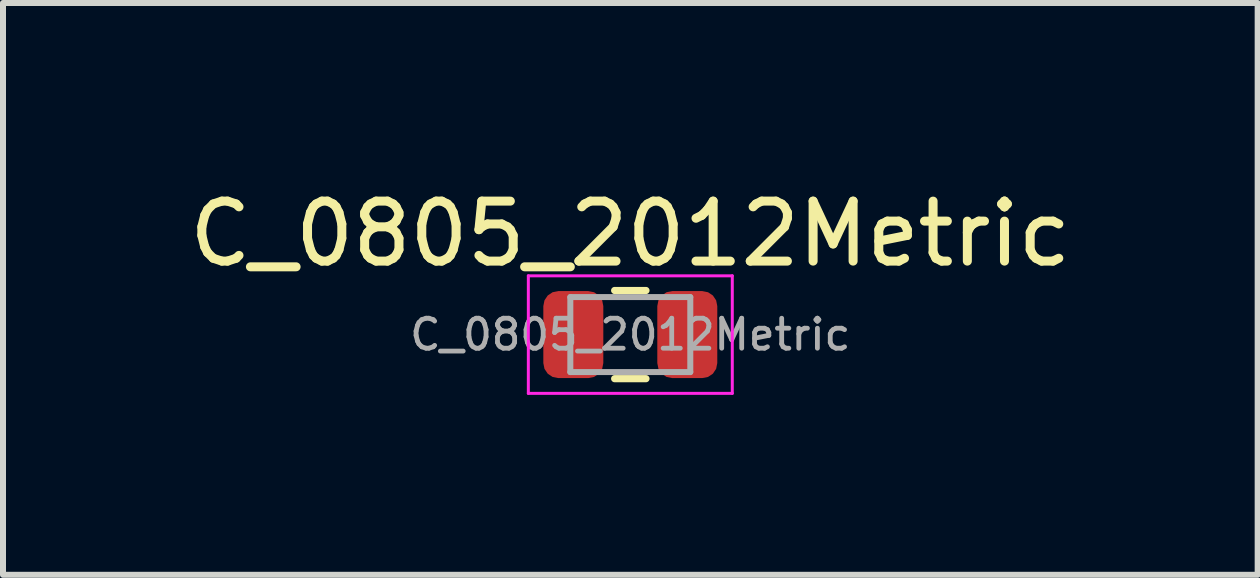
<source format=kicad_pcb>
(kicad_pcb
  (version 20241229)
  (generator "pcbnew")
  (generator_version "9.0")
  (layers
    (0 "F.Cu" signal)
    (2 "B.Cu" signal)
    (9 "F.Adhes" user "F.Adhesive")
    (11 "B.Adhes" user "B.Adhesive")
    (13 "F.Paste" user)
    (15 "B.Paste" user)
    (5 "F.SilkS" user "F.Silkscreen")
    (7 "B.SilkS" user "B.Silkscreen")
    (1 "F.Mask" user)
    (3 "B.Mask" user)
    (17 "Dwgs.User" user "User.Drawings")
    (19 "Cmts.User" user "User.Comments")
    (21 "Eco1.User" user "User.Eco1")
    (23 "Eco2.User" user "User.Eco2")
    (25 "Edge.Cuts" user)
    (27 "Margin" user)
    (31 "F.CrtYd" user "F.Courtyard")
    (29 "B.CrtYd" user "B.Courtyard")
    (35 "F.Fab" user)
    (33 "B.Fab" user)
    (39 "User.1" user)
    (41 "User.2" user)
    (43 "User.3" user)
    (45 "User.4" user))
  (footprint "C_0805_2012Metric"
    (layer "F.Cu")
    (at 7.458 2.528)
    (property "Reference" "C_0805_2012Metric" (at 0 -1.68 0) (layer "F.SilkS") (effects (font (size 1 1) (thickness 0.15))))
    (attr smd)
    (fp_line (start -0.261 -0.735) (end 0.261 -0.735) (stroke (width 0.12) (type solid)) (layer "F.SilkS"))
    (fp_line (start -0.261 0.735) (end 0.261 0.735) (stroke (width 0.12) (type solid)) (layer "F.SilkS"))
    (fp_line (start -1.7 -0.98) (end 1.7 -0.98) (stroke (width 0.05) (type solid)) (layer "F.CrtYd"))
    (fp_line (start -1.7 0.98) (end -1.7 -0.98) (stroke (width 0.05) (type solid)) (layer "F.CrtYd"))
    (fp_line (start 1.7 -0.98) (end 1.7 0.98) (stroke (width 0.05) (type solid)) (layer "F.CrtYd"))
    (fp_line (start 1.7 0.98) (end -1.7 0.98) (stroke (width 0.05) (type solid)) (layer "F.CrtYd"))
    (fp_line (start -1 -0.625) (end 1 -0.625) (stroke (width 0.1) (type solid)) (layer "F.Fab"))
    (fp_line (start -1 0.625) (end -1 -0.625) (stroke (width 0.1) (type solid)) (layer "F.Fab"))
    (fp_line (start 1 -0.625) (end 1 0.625) (stroke (width 0.1) (type solid)) (layer "F.Fab"))
    (fp_line (start 1 0.625) (end -1 0.625) (stroke (width 0.1) (type solid)) (layer "F.Fab"))
    (fp_text user "${REFERENCE}" (at 0 0 0) (layer "F.Fab") (effects (font (size 0.5 0.5) (thickness 0.08))))
    (pad "1" smd roundrect (at -0.95 0) (size 1 1.45) (layers "F.Cu" "F.Mask" "F.Paste") (roundrect_rratio 0.25))
    (pad "2" smd roundrect (at 0.95 0) (size 1 1.45) (layers "F.Cu" "F.Mask" "F.Paste") (roundrect_rratio 0.25)))
  (gr_rect
    (start -3 -3)
    (end 17.917 6.533)
    (stroke (width 0.1) (type default))
    (fill no)
    (layer "Edge.Cuts")))
</source>
